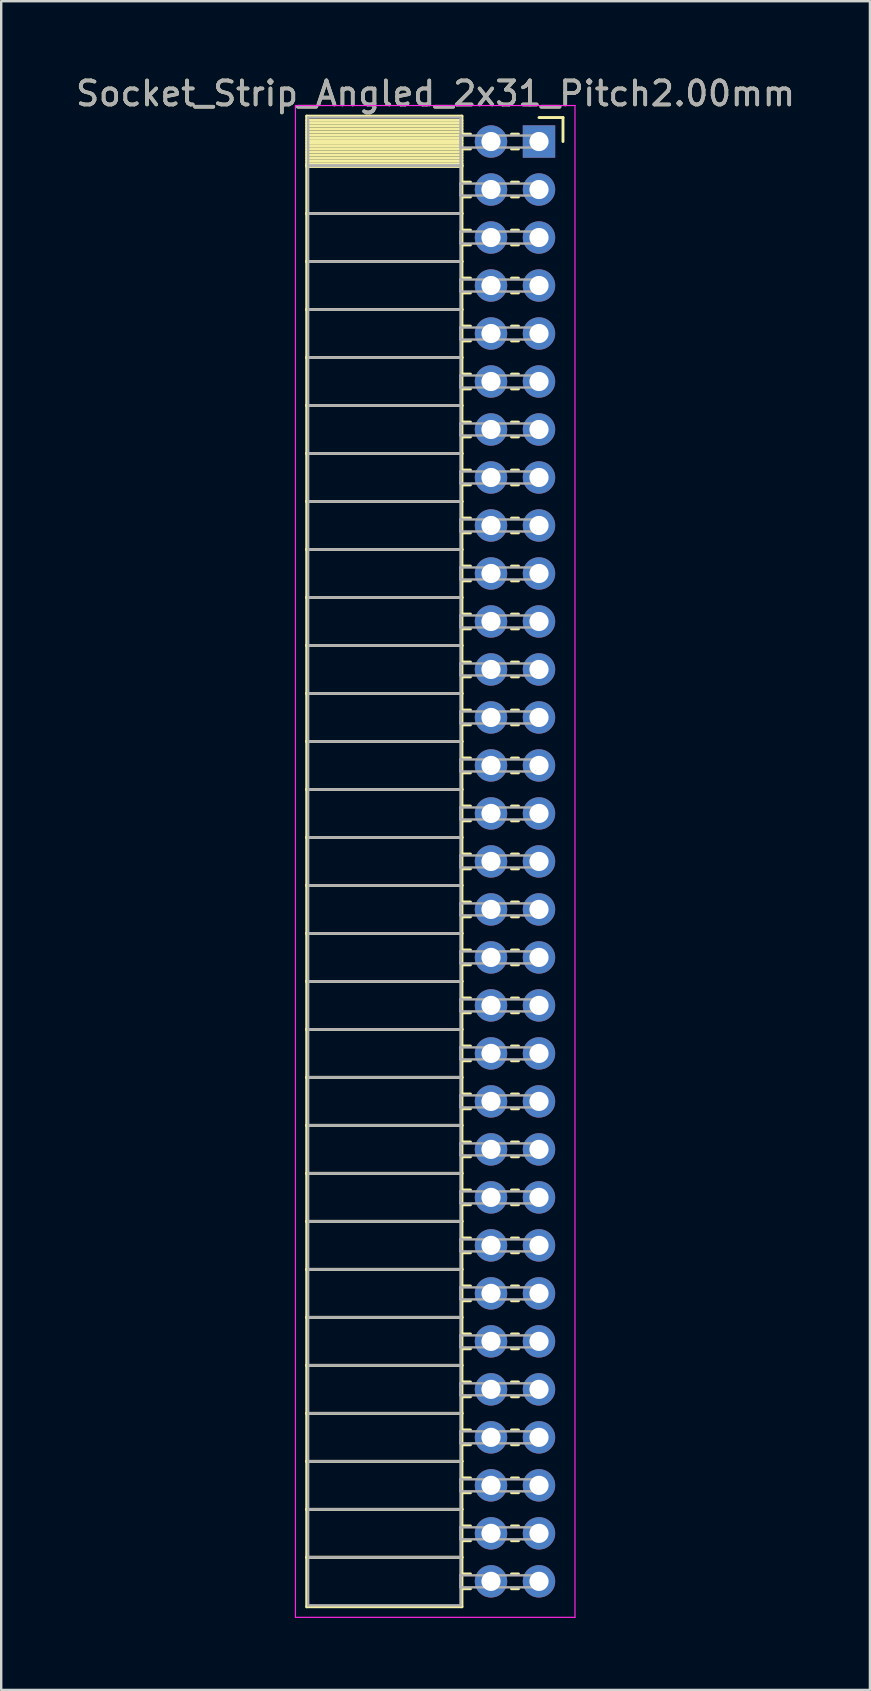
<source format=kicad_pcb>
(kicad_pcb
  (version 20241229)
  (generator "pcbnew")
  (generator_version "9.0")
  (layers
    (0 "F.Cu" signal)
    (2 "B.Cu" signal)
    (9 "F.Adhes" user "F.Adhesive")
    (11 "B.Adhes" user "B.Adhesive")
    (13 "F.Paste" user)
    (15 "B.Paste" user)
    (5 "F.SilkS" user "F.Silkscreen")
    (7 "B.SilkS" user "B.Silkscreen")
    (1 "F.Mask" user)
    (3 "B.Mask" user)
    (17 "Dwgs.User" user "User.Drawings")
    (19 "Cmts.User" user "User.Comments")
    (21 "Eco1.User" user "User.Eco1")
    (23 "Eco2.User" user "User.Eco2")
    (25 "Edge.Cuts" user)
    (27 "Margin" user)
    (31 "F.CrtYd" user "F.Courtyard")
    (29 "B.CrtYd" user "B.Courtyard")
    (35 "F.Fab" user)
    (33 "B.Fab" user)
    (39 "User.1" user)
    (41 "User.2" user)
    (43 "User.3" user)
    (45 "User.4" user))
  (footprint "Socket_Strip_Angled_2x31_Pitch2.00mm"
    (layer "F.Cu")
    (at 19.411 2.848)
    (property "Reference" "Socket_Strip_Angled_2x31_Pitch2.00mm" (at -4.31 -2 0) (layer "F.SilkS") (effects (font (size 1 1) (thickness 0.15))))
    (attr through_hole)
    (fp_line (start -9.68 -1.06) (end -3.21 -1.06) (stroke (width 0.12) (type solid)) (layer "F.SilkS"))
    (fp_line (start -9.68 1) (end -9.68 -1.06) (stroke (width 0.12) (type solid)) (layer "F.SilkS"))
    (fp_line (start -9.68 1) (end -3.21 1) (stroke (width 0.12) (type solid)) (layer "F.SilkS"))
    (fp_line (start -9.68 3) (end -9.68 1) (stroke (width 0.12) (type solid)) (layer "F.SilkS"))
    (fp_line (start -9.68 3) (end -3.21 3) (stroke (width 0.12) (type solid)) (layer "F.SilkS"))
    (fp_line (start -9.68 5) (end -9.68 3) (stroke (width 0.12) (type solid)) (layer "F.SilkS"))
    (fp_line (start -9.68 5) (end -3.21 5) (stroke (width 0.12) (type solid)) (layer "F.SilkS"))
    (fp_line (start -9.68 7) (end -9.68 5) (stroke (width 0.12) (type solid)) (layer "F.SilkS"))
    (fp_line (start -9.68 7) (end -3.21 7) (stroke (width 0.12) (type solid)) (layer "F.SilkS"))
    (fp_line (start -9.68 9) (end -9.68 7) (stroke (width 0.12) (type solid)) (layer "F.SilkS"))
    (fp_line (start -9.68 9) (end -3.21 9) (stroke (width 0.12) (type solid)) (layer "F.SilkS"))
    (fp_line (start -9.68 11) (end -9.68 9) (stroke (width 0.12) (type solid)) (layer "F.SilkS"))
    (fp_line (start -9.68 11) (end -3.21 11) (stroke (width 0.12) (type solid)) (layer "F.SilkS"))
    (fp_line (start -9.68 13) (end -9.68 11) (stroke (width 0.12) (type solid)) (layer "F.SilkS"))
    (fp_line (start -9.68 13) (end -3.21 13) (stroke (width 0.12) (type solid)) (layer "F.SilkS"))
    (fp_line (start -9.68 15) (end -9.68 13) (stroke (width 0.12) (type solid)) (layer "F.SilkS"))
    (fp_line (start -9.68 15) (end -3.21 15) (stroke (width 0.12) (type solid)) (layer "F.SilkS"))
    (fp_line (start -9.68 17) (end -9.68 15) (stroke (width 0.12) (type solid)) (layer "F.SilkS"))
    (fp_line (start -9.68 17) (end -3.21 17) (stroke (width 0.12) (type solid)) (layer "F.SilkS"))
    (fp_line (start -9.68 19) (end -9.68 17) (stroke (width 0.12) (type solid)) (layer "F.SilkS"))
    (fp_line (start -9.68 19) (end -3.21 19) (stroke (width 0.12) (type solid)) (layer "F.SilkS"))
    (fp_line (start -9.68 21) (end -9.68 19) (stroke (width 0.12) (type solid)) (layer "F.SilkS"))
    (fp_line (start -9.68 21) (end -3.21 21) (stroke (width 0.12) (type solid)) (layer "F.SilkS"))
    (fp_line (start -9.68 23) (end -9.68 21) (stroke (width 0.12) (type solid)) (layer "F.SilkS"))
    (fp_line (start -9.68 23) (end -3.21 23) (stroke (width 0.12) (type solid)) (layer "F.SilkS"))
    (fp_line (start -9.68 25) (end -9.68 23) (stroke (width 0.12) (type solid)) (layer "F.SilkS"))
    (fp_line (start -9.68 25) (end -3.21 25) (stroke (width 0.12) (type solid)) (layer "F.SilkS"))
    (fp_line (start -9.68 27) (end -9.68 25) (stroke (width 0.12) (type solid)) (layer "F.SilkS"))
    (fp_line (start -9.68 27) (end -3.21 27) (stroke (width 0.12) (type solid)) (layer "F.SilkS"))
    (fp_line (start -9.68 29) (end -9.68 27) (stroke (width 0.12) (type solid)) (layer "F.SilkS"))
    (fp_line (start -9.68 29) (end -3.21 29) (stroke (width 0.12) (type solid)) (layer "F.SilkS"))
    (fp_line (start -9.68 31) (end -9.68 29) (stroke (width 0.12) (type solid)) (layer "F.SilkS"))
    (fp_line (start -9.68 31) (end -3.21 31) (stroke (width 0.12) (type solid)) (layer "F.SilkS"))
    (fp_line (start -9.68 33) (end -9.68 31) (stroke (width 0.12) (type solid)) (layer "F.SilkS"))
    (fp_line (start -9.68 33) (end -3.21 33) (stroke (width 0.12) (type solid)) (layer "F.SilkS"))
    (fp_line (start -9.68 35) (end -9.68 33) (stroke (width 0.12) (type solid)) (layer "F.SilkS"))
    (fp_line (start -9.68 35) (end -3.21 35) (stroke (width 0.12) (type solid)) (layer "F.SilkS"))
    (fp_line (start -9.68 37) (end -9.68 35) (stroke (width 0.12) (type solid)) (layer "F.SilkS"))
    (fp_line (start -9.68 37) (end -3.21 37) (stroke (width 0.12) (type solid)) (layer "F.SilkS"))
    (fp_line (start -9.68 39) (end -9.68 37) (stroke (width 0.12) (type solid)) (layer "F.SilkS"))
    (fp_line (start -9.68 39) (end -3.21 39) (stroke (width 0.12) (type solid)) (layer "F.SilkS"))
    (fp_line (start -9.68 41) (end -9.68 39) (stroke (width 0.12) (type solid)) (layer "F.SilkS"))
    (fp_line (start -9.68 41) (end -3.21 41) (stroke (width 0.12) (type solid)) (layer "F.SilkS"))
    (fp_line (start -9.68 43) (end -9.68 41) (stroke (width 0.12) (type solid)) (layer "F.SilkS"))
    (fp_line (start -9.68 43) (end -3.21 43) (stroke (width 0.12) (type solid)) (layer "F.SilkS"))
    (fp_line (start -9.68 45) (end -9.68 43) (stroke (width 0.12) (type solid)) (layer "F.SilkS"))
    (fp_line (start -9.68 45) (end -3.21 45) (stroke (width 0.12) (type solid)) (layer "F.SilkS"))
    (fp_line (start -9.68 47) (end -9.68 45) (stroke (width 0.12) (type solid)) (layer "F.SilkS"))
    (fp_line (start -9.68 47) (end -3.21 47) (stroke (width 0.12) (type solid)) (layer "F.SilkS"))
    (fp_line (start -9.68 49) (end -9.68 47) (stroke (width 0.12) (type solid)) (layer "F.SilkS"))
    (fp_line (start -9.68 49) (end -3.21 49) (stroke (width 0.12) (type solid)) (layer "F.SilkS"))
    (fp_line (start -9.68 51) (end -9.68 49) (stroke (width 0.12) (type solid)) (layer "F.SilkS"))
    (fp_line (start -9.68 51) (end -3.21 51) (stroke (width 0.12) (type solid)) (layer "F.SilkS"))
    (fp_line (start -9.68 53) (end -9.68 51) (stroke (width 0.12) (type solid)) (layer "F.SilkS"))
    (fp_line (start -9.68 53) (end -3.21 53) (stroke (width 0.12) (type solid)) (layer "F.SilkS"))
    (fp_line (start -9.68 55) (end -9.68 53) (stroke (width 0.12) (type solid)) (layer "F.SilkS"))
    (fp_line (start -9.68 55) (end -3.21 55) (stroke (width 0.12) (type solid)) (layer "F.SilkS"))
    (fp_line (start -9.68 57) (end -9.68 55) (stroke (width 0.12) (type solid)) (layer "F.SilkS"))
    (fp_line (start -9.68 57) (end -3.21 57) (stroke (width 0.12) (type solid)) (layer "F.SilkS"))
    (fp_line (start -9.68 59) (end -9.68 57) (stroke (width 0.12) (type solid)) (layer "F.SilkS"))
    (fp_line (start -9.68 59) (end -3.21 59) (stroke (width 0.12) (type solid)) (layer "F.SilkS"))
    (fp_line (start -9.68 61.06) (end -9.68 59) (stroke (width 0.12) (type solid)) (layer "F.SilkS"))
    (fp_line (start -3.21 -1.06) (end -3.21 1) (stroke (width 0.12) (type solid)) (layer "F.SilkS"))
    (fp_line (start -3.21 -0.88) (end -9.68 -0.88) (stroke (width 0.12) (type solid)) (layer "F.SilkS"))
    (fp_line (start -3.21 -0.76) (end -9.68 -0.76) (stroke (width 0.12) (type solid)) (layer "F.SilkS"))
    (fp_line (start -3.21 -0.64) (end -9.68 -0.64) (stroke (width 0.12) (type solid)) (layer "F.SilkS"))
    (fp_line (start -3.21 -0.52) (end -9.68 -0.52) (stroke (width 0.12) (type solid)) (layer "F.SilkS"))
    (fp_line (start -3.21 -0.4) (end -9.68 -0.4) (stroke (width 0.12) (type solid)) (layer "F.SilkS"))
    (fp_line (start -3.21 -0.28) (end -9.68 -0.28) (stroke (width 0.12) (type solid)) (layer "F.SilkS"))
    (fp_line (start -3.21 -0.16) (end -9.68 -0.16) (stroke (width 0.12) (type solid)) (layer "F.SilkS"))
    (fp_line (start -3.21 -0.04) (end -9.68 -0.04) (stroke (width 0.12) (type solid)) (layer "F.SilkS"))
    (fp_line (start -3.21 0.08) (end -9.68 0.08) (stroke (width 0.12) (type solid)) (layer "F.SilkS"))
    (fp_line (start -3.21 0.2) (end -9.68 0.2) (stroke (width 0.12) (type solid)) (layer "F.SilkS"))
    (fp_line (start -3.21 0.32) (end -9.68 0.32) (stroke (width 0.12) (type solid)) (layer "F.SilkS"))
    (fp_line (start -3.21 0.44) (end -9.68 0.44) (stroke (width 0.12) (type solid)) (layer "F.SilkS"))
    (fp_line (start -3.21 0.56) (end -9.68 0.56) (stroke (width 0.12) (type solid)) (layer "F.SilkS"))
    (fp_line (start -3.21 0.68) (end -9.68 0.68) (stroke (width 0.12) (type solid)) (layer "F.SilkS"))
    (fp_line (start -3.21 0.8) (end -9.68 0.8) (stroke (width 0.12) (type solid)) (layer "F.SilkS"))
    (fp_line (start -3.21 0.92) (end -9.68 0.92) (stroke (width 0.12) (type solid)) (layer "F.SilkS"))
    (fp_line (start -3.21 1) (end -9.68 1) (stroke (width 0.12) (type solid)) (layer "F.SilkS"))
    (fp_line (start -3.21 1) (end -3.21 3) (stroke (width 0.12) (type solid)) (layer "F.SilkS"))
    (fp_line (start -3.21 1.04) (end -9.68 1.04) (stroke (width 0.12) (type solid)) (layer "F.SilkS"))
    (fp_line (start -3.21 3) (end -9.68 3) (stroke (width 0.12) (type solid)) (layer "F.SilkS"))
    (fp_line (start -3.21 3) (end -3.21 5) (stroke (width 0.12) (type solid)) (layer "F.SilkS"))
    (fp_line (start -3.21 5) (end -9.68 5) (stroke (width 0.12) (type solid)) (layer "F.SilkS"))
    (fp_line (start -3.21 5) (end -3.21 7) (stroke (width 0.12) (type solid)) (layer "F.SilkS"))
    (fp_line (start -3.21 7) (end -9.68 7) (stroke (width 0.12) (type solid)) (layer "F.SilkS"))
    (fp_line (start -3.21 7) (end -3.21 9) (stroke (width 0.12) (type solid)) (layer "F.SilkS"))
    (fp_line (start -3.21 9) (end -9.68 9) (stroke (width 0.12) (type solid)) (layer "F.SilkS"))
    (fp_line (start -3.21 9) (end -3.21 11) (stroke (width 0.12) (type solid)) (layer "F.SilkS"))
    (fp_line (start -3.21 11) (end -9.68 11) (stroke (width 0.12) (type solid)) (layer "F.SilkS"))
    (fp_line (start -3.21 11) (end -3.21 13) (stroke (width 0.12) (type solid)) (layer "F.SilkS"))
    (fp_line (start -3.21 13) (end -9.68 13) (stroke (width 0.12) (type solid)) (layer "F.SilkS"))
    (fp_line (start -3.21 13) (end -3.21 15) (stroke (width 0.12) (type solid)) (layer "F.SilkS"))
    (fp_line (start -3.21 15) (end -9.68 15) (stroke (width 0.12) (type solid)) (layer "F.SilkS"))
    (fp_line (start -3.21 15) (end -3.21 17) (stroke (width 0.12) (type solid)) (layer "F.SilkS"))
    (fp_line (start -3.21 17) (end -9.68 17) (stroke (width 0.12) (type solid)) (layer "F.SilkS"))
    (fp_line (start -3.21 17) (end -3.21 19) (stroke (width 0.12) (type solid)) (layer "F.SilkS"))
    (fp_line (start -3.21 19) (end -9.68 19) (stroke (width 0.12) (type solid)) (layer "F.SilkS"))
    (fp_line (start -3.21 19) (end -3.21 21) (stroke (width 0.12) (type solid)) (layer "F.SilkS"))
    (fp_line (start -3.21 21) (end -9.68 21) (stroke (width 0.12) (type solid)) (layer "F.SilkS"))
    (fp_line (start -3.21 21) (end -3.21 23) (stroke (width 0.12) (type solid)) (layer "F.SilkS"))
    (fp_line (start -3.21 23) (end -9.68 23) (stroke (width 0.12) (type solid)) (layer "F.SilkS"))
    (fp_line (start -3.21 23) (end -3.21 25) (stroke (width 0.12) (type solid)) (layer "F.SilkS"))
    (fp_line (start -3.21 25) (end -9.68 25) (stroke (width 0.12) (type solid)) (layer "F.SilkS"))
    (fp_line (start -3.21 25) (end -3.21 27) (stroke (width 0.12) (type solid)) (layer "F.SilkS"))
    (fp_line (start -3.21 27) (end -9.68 27) (stroke (width 0.12) (type solid)) (layer "F.SilkS"))
    (fp_line (start -3.21 27) (end -3.21 29) (stroke (width 0.12) (type solid)) (layer "F.SilkS"))
    (fp_line (start -3.21 29) (end -9.68 29) (stroke (width 0.12) (type solid)) (layer "F.SilkS"))
    (fp_line (start -3.21 29) (end -3.21 31) (stroke (width 0.12) (type solid)) (layer "F.SilkS"))
    (fp_line (start -3.21 31) (end -9.68 31) (stroke (width 0.12) (type solid)) (layer "F.SilkS"))
    (fp_line (start -3.21 31) (end -3.21 33) (stroke (width 0.12) (type solid)) (layer "F.SilkS"))
    (fp_line (start -3.21 33) (end -9.68 33) (stroke (width 0.12) (type solid)) (layer "F.SilkS"))
    (fp_line (start -3.21 33) (end -3.21 35) (stroke (width 0.12) (type solid)) (layer "F.SilkS"))
    (fp_line (start -3.21 35) (end -9.68 35) (stroke (width 0.12) (type solid)) (layer "F.SilkS"))
    (fp_line (start -3.21 35) (end -3.21 37) (stroke (width 0.12) (type solid)) (layer "F.SilkS"))
    (fp_line (start -3.21 37) (end -9.68 37) (stroke (width 0.12) (type solid)) (layer "F.SilkS"))
    (fp_line (start -3.21 37) (end -3.21 39) (stroke (width 0.12) (type solid)) (layer "F.SilkS"))
    (fp_line (start -3.21 39) (end -9.68 39) (stroke (width 0.12) (type solid)) (layer "F.SilkS"))
    (fp_line (start -3.21 39) (end -3.21 41) (stroke (width 0.12) (type solid)) (layer "F.SilkS"))
    (fp_line (start -3.21 41) (end -9.68 41) (stroke (width 0.12) (type solid)) (layer "F.SilkS"))
    (fp_line (start -3.21 41) (end -3.21 43) (stroke (width 0.12) (type solid)) (layer "F.SilkS"))
    (fp_line (start -3.21 43) (end -9.68 43) (stroke (width 0.12) (type solid)) (layer "F.SilkS"))
    (fp_line (start -3.21 43) (end -3.21 45) (stroke (width 0.12) (type solid)) (layer "F.SilkS"))
    (fp_line (start -3.21 45) (end -9.68 45) (stroke (width 0.12) (type solid)) (layer "F.SilkS"))
    (fp_line (start -3.21 45) (end -3.21 47) (stroke (width 0.12) (type solid)) (layer "F.SilkS"))
    (fp_line (start -3.21 47) (end -9.68 47) (stroke (width 0.12) (type solid)) (layer "F.SilkS"))
    (fp_line (start -3.21 47) (end -3.21 49) (stroke (width 0.12) (type solid)) (layer "F.SilkS"))
    (fp_line (start -3.21 49) (end -9.68 49) (stroke (width 0.12) (type solid)) (layer "F.SilkS"))
    (fp_line (start -3.21 49) (end -3.21 51) (stroke (width 0.12) (type solid)) (layer "F.SilkS"))
    (fp_line (start -3.21 51) (end -9.68 51) (stroke (width 0.12) (type solid)) (layer "F.SilkS"))
    (fp_line (start -3.21 51) (end -3.21 53) (stroke (width 0.12) (type solid)) (layer "F.SilkS"))
    (fp_line (start -3.21 53) (end -9.68 53) (stroke (width 0.12) (type solid)) (layer "F.SilkS"))
    (fp_line (start -3.21 53) (end -3.21 55) (stroke (width 0.12) (type solid)) (layer "F.SilkS"))
    (fp_line (start -3.21 55) (end -9.68 55) (stroke (width 0.12) (type solid)) (layer "F.SilkS"))
    (fp_line (start -3.21 55) (end -3.21 57) (stroke (width 0.12) (type solid)) (layer "F.SilkS"))
    (fp_line (start -3.21 57) (end -9.68 57) (stroke (width 0.12) (type solid)) (layer "F.SilkS"))
    (fp_line (start -3.21 57) (end -3.21 59) (stroke (width 0.12) (type solid)) (layer "F.SilkS"))
    (fp_line (start -3.21 59) (end -9.68 59) (stroke (width 0.12) (type solid)) (layer "F.SilkS"))
    (fp_line (start -3.21 59) (end -3.21 61.06) (stroke (width 0.12) (type solid)) (layer "F.SilkS"))
    (fp_line (start -3.21 61.06) (end -9.68 61.06) (stroke (width 0.12) (type solid)) (layer "F.SilkS"))
    (fp_line (start -2.855 -0.31) (end -3.21 -0.31) (stroke (width 0.12) (type solid)) (layer "F.SilkS"))
    (fp_line (start -2.855 0.31) (end -3.21 0.31) (stroke (width 0.12) (type solid)) (layer "F.SilkS"))
    (fp_line (start -2.855 1.69) (end -3.21 1.69) (stroke (width 0.12) (type solid)) (layer "F.SilkS"))
    (fp_line (start -2.855 2.31) (end -3.21 2.31) (stroke (width 0.12) (type solid)) (layer "F.SilkS"))
    (fp_line (start -2.855 3.69) (end -3.21 3.69) (stroke (width 0.12) (type solid)) (layer "F.SilkS"))
    (fp_line (start -2.855 4.31) (end -3.21 4.31) (stroke (width 0.12) (type solid)) (layer "F.SilkS"))
    (fp_line (start -2.855 5.69) (end -3.21 5.69) (stroke (width 0.12) (type solid)) (layer "F.SilkS"))
    (fp_line (start -2.855 6.31) (end -3.21 6.31) (stroke (width 0.12) (type solid)) (layer "F.SilkS"))
    (fp_line (start -2.855 7.69) (end -3.21 7.69) (stroke (width 0.12) (type solid)) (layer "F.SilkS"))
    (fp_line (start -2.855 8.31) (end -3.21 8.31) (stroke (width 0.12) (type solid)) (layer "F.SilkS"))
    (fp_line (start -2.855 9.69) (end -3.21 9.69) (stroke (width 0.12) (type solid)) (layer "F.SilkS"))
    (fp_line (start -2.855 10.31) (end -3.21 10.31) (stroke (width 0.12) (type solid)) (layer "F.SilkS"))
    (fp_line (start -2.855 11.69) (end -3.21 11.69) (stroke (width 0.12) (type solid)) (layer "F.SilkS"))
    (fp_line (start -2.855 12.31) (end -3.21 12.31) (stroke (width 0.12) (type solid)) (layer "F.SilkS"))
    (fp_line (start -2.855 13.69) (end -3.21 13.69) (stroke (width 0.12) (type solid)) (layer "F.SilkS"))
    (fp_line (start -2.855 14.31) (end -3.21 14.31) (stroke (width 0.12) (type solid)) (layer "F.SilkS"))
    (fp_line (start -2.855 15.69) (end -3.21 15.69) (stroke (width 0.12) (type solid)) (layer "F.SilkS"))
    (fp_line (start -2.855 16.31) (end -3.21 16.31) (stroke (width 0.12) (type solid)) (layer "F.SilkS"))
    (fp_line (start -2.855 17.69) (end -3.21 17.69) (stroke (width 0.12) (type solid)) (layer "F.SilkS"))
    (fp_line (start -2.855 18.31) (end -3.21 18.31) (stroke (width 0.12) (type solid)) (layer "F.SilkS"))
    (fp_line (start -2.855 19.69) (end -3.21 19.69) (stroke (width 0.12) (type solid)) (layer "F.SilkS"))
    (fp_line (start -2.855 20.31) (end -3.21 20.31) (stroke (width 0.12) (type solid)) (layer "F.SilkS"))
    (fp_line (start -2.855 21.69) (end -3.21 21.69) (stroke (width 0.12) (type solid)) (layer "F.SilkS"))
    (fp_line (start -2.855 22.31) (end -3.21 22.31) (stroke (width 0.12) (type solid)) (layer "F.SilkS"))
    (fp_line (start -2.855 23.69) (end -3.21 23.69) (stroke (width 0.12) (type solid)) (layer "F.SilkS"))
    (fp_line (start -2.855 24.31) (end -3.21 24.31) (stroke (width 0.12) (type solid)) (layer "F.SilkS"))
    (fp_line (start -2.855 25.69) (end -3.21 25.69) (stroke (width 0.12) (type solid)) (layer "F.SilkS"))
    (fp_line (start -2.855 26.31) (end -3.21 26.31) (stroke (width 0.12) (type solid)) (layer "F.SilkS"))
    (fp_line (start -2.855 27.69) (end -3.21 27.69) (stroke (width 0.12) (type solid)) (layer "F.SilkS"))
    (fp_line (start -2.855 28.31) (end -3.21 28.31) (stroke (width 0.12) (type solid)) (layer "F.SilkS"))
    (fp_line (start -2.855 29.69) (end -3.21 29.69) (stroke (width 0.12) (type solid)) (layer "F.SilkS"))
    (fp_line (start -2.855 30.31) (end -3.21 30.31) (stroke (width 0.12) (type solid)) (layer "F.SilkS"))
    (fp_line (start -2.855 31.69) (end -3.21 31.69) (stroke (width 0.12) (type solid)) (layer "F.SilkS"))
    (fp_line (start -2.855 32.31) (end -3.21 32.31) (stroke (width 0.12) (type solid)) (layer "F.SilkS"))
    (fp_line (start -2.855 33.69) (end -3.21 33.69) (stroke (width 0.12) (type solid)) (layer "F.SilkS"))
    (fp_line (start -2.855 34.31) (end -3.21 34.31) (stroke (width 0.12) (type solid)) (layer "F.SilkS"))
    (fp_line (start -2.855 35.69) (end -3.21 35.69) (stroke (width 0.12) (type solid)) (layer "F.SilkS"))
    (fp_line (start -2.855 36.31) (end -3.21 36.31) (stroke (width 0.12) (type solid)) (layer "F.SilkS"))
    (fp_line (start -2.855 37.69) (end -3.21 37.69) (stroke (width 0.12) (type solid)) (layer "F.SilkS"))
    (fp_line (start -2.855 38.31) (end -3.21 38.31) (stroke (width 0.12) (type solid)) (layer "F.SilkS"))
    (fp_line (start -2.855 39.69) (end -3.21 39.69) (stroke (width 0.12) (type solid)) (layer "F.SilkS"))
    (fp_line (start -2.855 40.31) (end -3.21 40.31) (stroke (width 0.12) (type solid)) (layer "F.SilkS"))
    (fp_line (start -2.855 41.69) (end -3.21 41.69) (stroke (width 0.12) (type solid)) (layer "F.SilkS"))
    (fp_line (start -2.855 42.31) (end -3.21 42.31) (stroke (width 0.12) (type solid)) (layer "F.SilkS"))
    (fp_line (start -2.855 43.69) (end -3.21 43.69) (stroke (width 0.12) (type solid)) (layer "F.SilkS"))
    (fp_line (start -2.855 44.31) (end -3.21 44.31) (stroke (width 0.12) (type solid)) (layer "F.SilkS"))
    (fp_line (start -2.855 45.69) (end -3.21 45.69) (stroke (width 0.12) (type solid)) (layer "F.SilkS"))
    (fp_line (start -2.855 46.31) (end -3.21 46.31) (stroke (width 0.12) (type solid)) (layer "F.SilkS"))
    (fp_line (start -2.855 47.69) (end -3.21 47.69) (stroke (width 0.12) (type solid)) (layer "F.SilkS"))
    (fp_line (start -2.855 48.31) (end -3.21 48.31) (stroke (width 0.12) (type solid)) (layer "F.SilkS"))
    (fp_line (start -2.855 49.69) (end -3.21 49.69) (stroke (width 0.12) (type solid)) (layer "F.SilkS"))
    (fp_line (start -2.855 50.31) (end -3.21 50.31) (stroke (width 0.12) (type solid)) (layer "F.SilkS"))
    (fp_line (start -2.855 51.69) (end -3.21 51.69) (stroke (width 0.12) (type solid)) (layer "F.SilkS"))
    (fp_line (start -2.855 52.31) (end -3.21 52.31) (stroke (width 0.12) (type solid)) (layer "F.SilkS"))
    (fp_line (start -2.855 53.69) (end -3.21 53.69) (stroke (width 0.12) (type solid)) (layer "F.SilkS"))
    (fp_line (start -2.855 54.31) (end -3.21 54.31) (stroke (width 0.12) (type solid)) (layer "F.SilkS"))
    (fp_line (start -2.855 55.69) (end -3.21 55.69) (stroke (width 0.12) (type solid)) (layer "F.SilkS"))
    (fp_line (start -2.855 56.31) (end -3.21 56.31) (stroke (width 0.12) (type solid)) (layer "F.SilkS"))
    (fp_line (start -2.855 57.69) (end -3.21 57.69) (stroke (width 0.12) (type solid)) (layer "F.SilkS"))
    (fp_line (start -2.855 58.31) (end -3.21 58.31) (stroke (width 0.12) (type solid)) (layer "F.SilkS"))
    (fp_line (start -2.855 59.69) (end -3.21 59.69) (stroke (width 0.12) (type solid)) (layer "F.SilkS"))
    (fp_line (start -2.855 60.31) (end -3.21 60.31) (stroke (width 0.12) (type solid)) (layer "F.SilkS"))
    (fp_line (start -0.855 -0.31) (end -1.145 -0.31) (stroke (width 0.12) (type solid)) (layer "F.SilkS"))
    (fp_line (start -0.855 0.31) (end -1.145 0.31) (stroke (width 0.12) (type solid)) (layer "F.SilkS"))
    (fp_line (start -0.855 1.69) (end -1.145 1.69) (stroke (width 0.12) (type solid)) (layer "F.SilkS"))
    (fp_line (start -0.855 2.31) (end -1.145 2.31) (stroke (width 0.12) (type solid)) (layer "F.SilkS"))
    (fp_line (start -0.855 3.69) (end -1.145 3.69) (stroke (width 0.12) (type solid)) (layer "F.SilkS"))
    (fp_line (start -0.855 4.31) (end -1.145 4.31) (stroke (width 0.12) (type solid)) (layer "F.SilkS"))
    (fp_line (start -0.855 5.69) (end -1.145 5.69) (stroke (width 0.12) (type solid)) (layer "F.SilkS"))
    (fp_line (start -0.855 6.31) (end -1.145 6.31) (stroke (width 0.12) (type solid)) (layer "F.SilkS"))
    (fp_line (start -0.855 7.69) (end -1.145 7.69) (stroke (width 0.12) (type solid)) (layer "F.SilkS"))
    (fp_line (start -0.855 8.31) (end -1.145 8.31) (stroke (width 0.12) (type solid)) (layer "F.SilkS"))
    (fp_line (start -0.855 9.69) (end -1.145 9.69) (stroke (width 0.12) (type solid)) (layer "F.SilkS"))
    (fp_line (start -0.855 10.31) (end -1.145 10.31) (stroke (width 0.12) (type solid)) (layer "F.SilkS"))
    (fp_line (start -0.855 11.69) (end -1.145 11.69) (stroke (width 0.12) (type solid)) (layer "F.SilkS"))
    (fp_line (start -0.855 12.31) (end -1.145 12.31) (stroke (width 0.12) (type solid)) (layer "F.SilkS"))
    (fp_line (start -0.855 13.69) (end -1.145 13.69) (stroke (width 0.12) (type solid)) (layer "F.SilkS"))
    (fp_line (start -0.855 14.31) (end -1.145 14.31) (stroke (width 0.12) (type solid)) (layer "F.SilkS"))
    (fp_line (start -0.855 15.69) (end -1.145 15.69) (stroke (width 0.12) (type solid)) (layer "F.SilkS"))
    (fp_line (start -0.855 16.31) (end -1.145 16.31) (stroke (width 0.12) (type solid)) (layer "F.SilkS"))
    (fp_line (start -0.855 17.69) (end -1.145 17.69) (stroke (width 0.12) (type solid)) (layer "F.SilkS"))
    (fp_line (start -0.855 18.31) (end -1.145 18.31) (stroke (width 0.12) (type solid)) (layer "F.SilkS"))
    (fp_line (start -0.855 19.69) (end -1.145 19.69) (stroke (width 0.12) (type solid)) (layer "F.SilkS"))
    (fp_line (start -0.855 20.31) (end -1.145 20.31) (stroke (width 0.12) (type solid)) (layer "F.SilkS"))
    (fp_line (start -0.855 21.69) (end -1.145 21.69) (stroke (width 0.12) (type solid)) (layer "F.SilkS"))
    (fp_line (start -0.855 22.31) (end -1.145 22.31) (stroke (width 0.12) (type solid)) (layer "F.SilkS"))
    (fp_line (start -0.855 23.69) (end -1.145 23.69) (stroke (width 0.12) (type solid)) (layer "F.SilkS"))
    (fp_line (start -0.855 24.31) (end -1.145 24.31) (stroke (width 0.12) (type solid)) (layer "F.SilkS"))
    (fp_line (start -0.855 25.69) (end -1.145 25.69) (stroke (width 0.12) (type solid)) (layer "F.SilkS"))
    (fp_line (start -0.855 26.31) (end -1.145 26.31) (stroke (width 0.12) (type solid)) (layer "F.SilkS"))
    (fp_line (start -0.855 27.69) (end -1.145 27.69) (stroke (width 0.12) (type solid)) (layer "F.SilkS"))
    (fp_line (start -0.855 28.31) (end -1.145 28.31) (stroke (width 0.12) (type solid)) (layer "F.SilkS"))
    (fp_line (start -0.855 29.69) (end -1.145 29.69) (stroke (width 0.12) (type solid)) (layer "F.SilkS"))
    (fp_line (start -0.855 30.31) (end -1.145 30.31) (stroke (width 0.12) (type solid)) (layer "F.SilkS"))
    (fp_line (start -0.855 31.69) (end -1.145 31.69) (stroke (width 0.12) (type solid)) (layer "F.SilkS"))
    (fp_line (start -0.855 32.31) (end -1.145 32.31) (stroke (width 0.12) (type solid)) (layer "F.SilkS"))
    (fp_line (start -0.855 33.69) (end -1.145 33.69) (stroke (width 0.12) (type solid)) (layer "F.SilkS"))
    (fp_line (start -0.855 34.31) (end -1.145 34.31) (stroke (width 0.12) (type solid)) (layer "F.SilkS"))
    (fp_line (start -0.855 35.69) (end -1.145 35.69) (stroke (width 0.12) (type solid)) (layer "F.SilkS"))
    (fp_line (start -0.855 36.31) (end -1.145 36.31) (stroke (width 0.12) (type solid)) (layer "F.SilkS"))
    (fp_line (start -0.855 37.69) (end -1.145 37.69) (stroke (width 0.12) (type solid)) (layer "F.SilkS"))
    (fp_line (start -0.855 38.31) (end -1.145 38.31) (stroke (width 0.12) (type solid)) (layer "F.SilkS"))
    (fp_line (start -0.855 39.69) (end -1.145 39.69) (stroke (width 0.12) (type solid)) (layer "F.SilkS"))
    (fp_line (start -0.855 40.31) (end -1.145 40.31) (stroke (width 0.12) (type solid)) (layer "F.SilkS"))
    (fp_line (start -0.855 41.69) (end -1.145 41.69) (stroke (width 0.12) (type solid)) (layer "F.SilkS"))
    (fp_line (start -0.855 42.31) (end -1.145 42.31) (stroke (width 0.12) (type solid)) (layer "F.SilkS"))
    (fp_line (start -0.855 43.69) (end -1.145 43.69) (stroke (width 0.12) (type solid)) (layer "F.SilkS"))
    (fp_line (start -0.855 44.31) (end -1.145 44.31) (stroke (width 0.12) (type solid)) (layer "F.SilkS"))
    (fp_line (start -0.855 45.69) (end -1.145 45.69) (stroke (width 0.12) (type solid)) (layer "F.SilkS"))
    (fp_line (start -0.855 46.31) (end -1.145 46.31) (stroke (width 0.12) (type solid)) (layer "F.SilkS"))
    (fp_line (start -0.855 47.69) (end -1.145 47.69) (stroke (width 0.12) (type solid)) (layer "F.SilkS"))
    (fp_line (start -0.855 48.31) (end -1.145 48.31) (stroke (width 0.12) (type solid)) (layer "F.SilkS"))
    (fp_line (start -0.855 49.69) (end -1.145 49.69) (stroke (width 0.12) (type solid)) (layer "F.SilkS"))
    (fp_line (start -0.855 50.31) (end -1.145 50.31) (stroke (width 0.12) (type solid)) (layer "F.SilkS"))
    (fp_line (start -0.855 51.69) (end -1.145 51.69) (stroke (width 0.12) (type solid)) (layer "F.SilkS"))
    (fp_line (start -0.855 52.31) (end -1.145 52.31) (stroke (width 0.12) (type solid)) (layer "F.SilkS"))
    (fp_line (start -0.855 53.69) (end -1.145 53.69) (stroke (width 0.12) (type solid)) (layer "F.SilkS"))
    (fp_line (start -0.855 54.31) (end -1.145 54.31) (stroke (width 0.12) (type solid)) (layer "F.SilkS"))
    (fp_line (start -0.855 55.69) (end -1.145 55.69) (stroke (width 0.12) (type solid)) (layer "F.SilkS"))
    (fp_line (start -0.855 56.31) (end -1.145 56.31) (stroke (width 0.12) (type solid)) (layer "F.SilkS"))
    (fp_line (start -0.855 57.69) (end -1.145 57.69) (stroke (width 0.12) (type solid)) (layer "F.SilkS"))
    (fp_line (start -0.855 58.31) (end -1.145 58.31) (stroke (width 0.12) (type solid)) (layer "F.SilkS"))
    (fp_line (start -0.855 59.69) (end -1.145 59.69) (stroke (width 0.12) (type solid)) (layer "F.SilkS"))
    (fp_line (start -0.855 60.31) (end -1.145 60.31) (stroke (width 0.12) (type solid)) (layer "F.SilkS"))
    (fp_line (start 0 -1) (end 1 -1) (stroke (width 0.12) (type solid)) (layer "F.SilkS"))
    (fp_line (start 1 -1) (end 1 0) (stroke (width 0.12) (type solid)) (layer "F.SilkS"))
    (fp_line (start -10.15 -1.5) (end 1.5 -1.5) (stroke (width 0.05) (type solid)) (layer "F.CrtYd"))
    (fp_line (start -10.15 61.5) (end -10.15 -1.5) (stroke (width 0.05) (type solid)) (layer "F.CrtYd"))
    (fp_line (start 1.5 -1.5) (end 1.5 61.5) (stroke (width 0.05) (type solid)) (layer "F.CrtYd"))
    (fp_line (start 1.5 61.5) (end -10.15 61.5) (stroke (width 0.05) (type solid)) (layer "F.CrtYd"))
    (fp_line (start -9.62 -1) (end -3.27 -1) (stroke (width 0.1) (type solid)) (layer "F.Fab"))
    (fp_line (start -9.62 1) (end -9.62 -1) (stroke (width 0.1) (type solid)) (layer "F.Fab"))
    (fp_line (start -9.62 1) (end -3.27 1) (stroke (width 0.1) (type solid)) (layer "F.Fab"))
    (fp_line (start -9.62 3) (end -9.62 1) (stroke (width 0.1) (type solid)) (layer "F.Fab"))
    (fp_line (start -9.62 3) (end -3.27 3) (stroke (width 0.1) (type solid)) (layer "F.Fab"))
    (fp_line (start -9.62 5) (end -9.62 3) (stroke (width 0.1) (type solid)) (layer "F.Fab"))
    (fp_line (start -9.62 5) (end -3.27 5) (stroke (width 0.1) (type solid)) (layer "F.Fab"))
    (fp_line (start -9.62 7) (end -9.62 5) (stroke (width 0.1) (type solid)) (layer "F.Fab"))
    (fp_line (start -9.62 7) (end -3.27 7) (stroke (width 0.1) (type solid)) (layer "F.Fab"))
    (fp_line (start -9.62 9) (end -9.62 7) (stroke (width 0.1) (type solid)) (layer "F.Fab"))
    (fp_line (start -9.62 9) (end -3.27 9) (stroke (width 0.1) (type solid)) (layer "F.Fab"))
    (fp_line (start -9.62 11) (end -9.62 9) (stroke (width 0.1) (type solid)) (layer "F.Fab"))
    (fp_line (start -9.62 11) (end -3.27 11) (stroke (width 0.1) (type solid)) (layer "F.Fab"))
    (fp_line (start -9.62 13) (end -9.62 11) (stroke (width 0.1) (type solid)) (layer "F.Fab"))
    (fp_line (start -9.62 13) (end -3.27 13) (stroke (width 0.1) (type solid)) (layer "F.Fab"))
    (fp_line (start -9.62 15) (end -9.62 13) (stroke (width 0.1) (type solid)) (layer "F.Fab"))
    (fp_line (start -9.62 15) (end -3.27 15) (stroke (width 0.1) (type solid)) (layer "F.Fab"))
    (fp_line (start -9.62 17) (end -9.62 15) (stroke (width 0.1) (type solid)) (layer "F.Fab"))
    (fp_line (start -9.62 17) (end -3.27 17) (stroke (width 0.1) (type solid)) (layer "F.Fab"))
    (fp_line (start -9.62 19) (end -9.62 17) (stroke (width 0.1) (type solid)) (layer "F.Fab"))
    (fp_line (start -9.62 19) (end -3.27 19) (stroke (width 0.1) (type solid)) (layer "F.Fab"))
    (fp_line (start -9.62 21) (end -9.62 19) (stroke (width 0.1) (type solid)) (layer "F.Fab"))
    (fp_line (start -9.62 21) (end -3.27 21) (stroke (width 0.1) (type solid)) (layer "F.Fab"))
    (fp_line (start -9.62 23) (end -9.62 21) (stroke (width 0.1) (type solid)) (layer "F.Fab"))
    (fp_line (start -9.62 23) (end -3.27 23) (stroke (width 0.1) (type solid)) (layer "F.Fab"))
    (fp_line (start -9.62 25) (end -9.62 23) (stroke (width 0.1) (type solid)) (layer "F.Fab"))
    (fp_line (start -9.62 25) (end -3.27 25) (stroke (width 0.1) (type solid)) (layer "F.Fab"))
    (fp_line (start -9.62 27) (end -9.62 25) (stroke (width 0.1) (type solid)) (layer "F.Fab"))
    (fp_line (start -9.62 27) (end -3.27 27) (stroke (width 0.1) (type solid)) (layer "F.Fab"))
    (fp_line (start -9.62 29) (end -9.62 27) (stroke (width 0.1) (type solid)) (layer "F.Fab"))
    (fp_line (start -9.62 29) (end -3.27 29) (stroke (width 0.1) (type solid)) (layer "F.Fab"))
    (fp_line (start -9.62 31) (end -9.62 29) (stroke (width 0.1) (type solid)) (layer "F.Fab"))
    (fp_line (start -9.62 31) (end -3.27 31) (stroke (width 0.1) (type solid)) (layer "F.Fab"))
    (fp_line (start -9.62 33) (end -9.62 31) (stroke (width 0.1) (type solid)) (layer "F.Fab"))
    (fp_line (start -9.62 33) (end -3.27 33) (stroke (width 0.1) (type solid)) (layer "F.Fab"))
    (fp_line (start -9.62 35) (end -9.62 33) (stroke (width 0.1) (type solid)) (layer "F.Fab"))
    (fp_line (start -9.62 35) (end -3.27 35) (stroke (width 0.1) (type solid)) (layer "F.Fab"))
    (fp_line (start -9.62 37) (end -9.62 35) (stroke (width 0.1) (type solid)) (layer "F.Fab"))
    (fp_line (start -9.62 37) (end -3.27 37) (stroke (width 0.1) (type solid)) (layer "F.Fab"))
    (fp_line (start -9.62 39) (end -9.62 37) (stroke (width 0.1) (type solid)) (layer "F.Fab"))
    (fp_line (start -9.62 39) (end -3.27 39) (stroke (width 0.1) (type solid)) (layer "F.Fab"))
    (fp_line (start -9.62 41) (end -9.62 39) (stroke (width 0.1) (type solid)) (layer "F.Fab"))
    (fp_line (start -9.62 41) (end -3.27 41) (stroke (width 0.1) (type solid)) (layer "F.Fab"))
    (fp_line (start -9.62 43) (end -9.62 41) (stroke (width 0.1) (type solid)) (layer "F.Fab"))
    (fp_line (start -9.62 43) (end -3.27 43) (stroke (width 0.1) (type solid)) (layer "F.Fab"))
    (fp_line (start -9.62 45) (end -9.62 43) (stroke (width 0.1) (type solid)) (layer "F.Fab"))
    (fp_line (start -9.62 45) (end -3.27 45) (stroke (width 0.1) (type solid)) (layer "F.Fab"))
    (fp_line (start -9.62 47) (end -9.62 45) (stroke (width 0.1) (type solid)) (layer "F.Fab"))
    (fp_line (start -9.62 47) (end -3.27 47) (stroke (width 0.1) (type solid)) (layer "F.Fab"))
    (fp_line (start -9.62 49) (end -9.62 47) (stroke (width 0.1) (type solid)) (layer "F.Fab"))
    (fp_line (start -9.62 49) (end -3.27 49) (stroke (width 0.1) (type solid)) (layer "F.Fab"))
    (fp_line (start -9.62 51) (end -9.62 49) (stroke (width 0.1) (type solid)) (layer "F.Fab"))
    (fp_line (start -9.62 51) (end -3.27 51) (stroke (width 0.1) (type solid)) (layer "F.Fab"))
    (fp_line (start -9.62 53) (end -9.62 51) (stroke (width 0.1) (type solid)) (layer "F.Fab"))
    (fp_line (start -9.62 53) (end -3.27 53) (stroke (width 0.1) (type solid)) (layer "F.Fab"))
    (fp_line (start -9.62 55) (end -9.62 53) (stroke (width 0.1) (type solid)) (layer "F.Fab"))
    (fp_line (start -9.62 55) (end -3.27 55) (stroke (width 0.1) (type solid)) (layer "F.Fab"))
    (fp_line (start -9.62 57) (end -9.62 55) (stroke (width 0.1) (type solid)) (layer "F.Fab"))
    (fp_line (start -9.62 57) (end -3.27 57) (stroke (width 0.1) (type solid)) (layer "F.Fab"))
    (fp_line (start -9.62 59) (end -9.62 57) (stroke (width 0.1) (type solid)) (layer "F.Fab"))
    (fp_line (start -9.62 59) (end -3.27 59) (stroke (width 0.1) (type solid)) (layer "F.Fab"))
    (fp_line (start -9.62 61) (end -9.62 59) (stroke (width 0.1) (type solid)) (layer "F.Fab"))
    (fp_line (start -3.27 -1) (end -3.27 1) (stroke (width 0.1) (type solid)) (layer "F.Fab"))
    (fp_line (start -3.27 -0.25) (end 0 -0.25) (stroke (width 0.1) (type solid)) (layer "F.Fab"))
    (fp_line (start -3.27 0.25) (end -3.27 -0.25) (stroke (width 0.1) (type solid)) (layer "F.Fab"))
    (fp_line (start -3.27 1) (end -9.62 1) (stroke (width 0.1) (type solid)) (layer "F.Fab"))
    (fp_line (start -3.27 1) (end -3.27 3) (stroke (width 0.1) (type solid)) (layer "F.Fab"))
    (fp_line (start -3.27 1.75) (end 0 1.75) (stroke (width 0.1) (type solid)) (layer "F.Fab"))
    (fp_line (start -3.27 2.25) (end -3.27 1.75) (stroke (width 0.1) (type solid)) (layer "F.Fab"))
    (fp_line (start -3.27 3) (end -9.62 3) (stroke (width 0.1) (type solid)) (layer "F.Fab"))
    (fp_line (start -3.27 3) (end -3.27 5) (stroke (width 0.1) (type solid)) (layer "F.Fab"))
    (fp_line (start -3.27 3.75) (end 0 3.75) (stroke (width 0.1) (type solid)) (layer "F.Fab"))
    (fp_line (start -3.27 4.25) (end -3.27 3.75) (stroke (width 0.1) (type solid)) (layer "F.Fab"))
    (fp_line (start -3.27 5) (end -9.62 5) (stroke (width 0.1) (type solid)) (layer "F.Fab"))
    (fp_line (start -3.27 5) (end -3.27 7) (stroke (width 0.1) (type solid)) (layer "F.Fab"))
    (fp_line (start -3.27 5.75) (end 0 5.75) (stroke (width 0.1) (type solid)) (layer "F.Fab"))
    (fp_line (start -3.27 6.25) (end -3.27 5.75) (stroke (width 0.1) (type solid)) (layer "F.Fab"))
    (fp_line (start -3.27 7) (end -9.62 7) (stroke (width 0.1) (type solid)) (layer "F.Fab"))
    (fp_line (start -3.27 7) (end -3.27 9) (stroke (width 0.1) (type solid)) (layer "F.Fab"))
    (fp_line (start -3.27 7.75) (end 0 7.75) (stroke (width 0.1) (type solid)) (layer "F.Fab"))
    (fp_line (start -3.27 8.25) (end -3.27 7.75) (stroke (width 0.1) (type solid)) (layer "F.Fab"))
    (fp_line (start -3.27 9) (end -9.62 9) (stroke (width 0.1) (type solid)) (layer "F.Fab"))
    (fp_line (start -3.27 9) (end -3.27 11) (stroke (width 0.1) (type solid)) (layer "F.Fab"))
    (fp_line (start -3.27 9.75) (end 0 9.75) (stroke (width 0.1) (type solid)) (layer "F.Fab"))
    (fp_line (start -3.27 10.25) (end -3.27 9.75) (stroke (width 0.1) (type solid)) (layer "F.Fab"))
    (fp_line (start -3.27 11) (end -9.62 11) (stroke (width 0.1) (type solid)) (layer "F.Fab"))
    (fp_line (start -3.27 11) (end -3.27 13) (stroke (width 0.1) (type solid)) (layer "F.Fab"))
    (fp_line (start -3.27 11.75) (end 0 11.75) (stroke (width 0.1) (type solid)) (layer "F.Fab"))
    (fp_line (start -3.27 12.25) (end -3.27 11.75) (stroke (width 0.1) (type solid)) (layer "F.Fab"))
    (fp_line (start -3.27 13) (end -9.62 13) (stroke (width 0.1) (type solid)) (layer "F.Fab"))
    (fp_line (start -3.27 13) (end -3.27 15) (stroke (width 0.1) (type solid)) (layer "F.Fab"))
    (fp_line (start -3.27 13.75) (end 0 13.75) (stroke (width 0.1) (type solid)) (layer "F.Fab"))
    (fp_line (start -3.27 14.25) (end -3.27 13.75) (stroke (width 0.1) (type solid)) (layer "F.Fab"))
    (fp_line (start -3.27 15) (end -9.62 15) (stroke (width 0.1) (type solid)) (layer "F.Fab"))
    (fp_line (start -3.27 15) (end -3.27 17) (stroke (width 0.1) (type solid)) (layer "F.Fab"))
    (fp_line (start -3.27 15.75) (end 0 15.75) (stroke (width 0.1) (type solid)) (layer "F.Fab"))
    (fp_line (start -3.27 16.25) (end -3.27 15.75) (stroke (width 0.1) (type solid)) (layer "F.Fab"))
    (fp_line (start -3.27 17) (end -9.62 17) (stroke (width 0.1) (type solid)) (layer "F.Fab"))
    (fp_line (start -3.27 17) (end -3.27 19) (stroke (width 0.1) (type solid)) (layer "F.Fab"))
    (fp_line (start -3.27 17.75) (end 0 17.75) (stroke (width 0.1) (type solid)) (layer "F.Fab"))
    (fp_line (start -3.27 18.25) (end -3.27 17.75) (stroke (width 0.1) (type solid)) (layer "F.Fab"))
    (fp_line (start -3.27 19) (end -9.62 19) (stroke (width 0.1) (type solid)) (layer "F.Fab"))
    (fp_line (start -3.27 19) (end -3.27 21) (stroke (width 0.1) (type solid)) (layer "F.Fab"))
    (fp_line (start -3.27 19.75) (end 0 19.75) (stroke (width 0.1) (type solid)) (layer "F.Fab"))
    (fp_line (start -3.27 20.25) (end -3.27 19.75) (stroke (width 0.1) (type solid)) (layer "F.Fab"))
    (fp_line (start -3.27 21) (end -9.62 21) (stroke (width 0.1) (type solid)) (layer "F.Fab"))
    (fp_line (start -3.27 21) (end -3.27 23) (stroke (width 0.1) (type solid)) (layer "F.Fab"))
    (fp_line (start -3.27 21.75) (end 0 21.75) (stroke (width 0.1) (type solid)) (layer "F.Fab"))
    (fp_line (start -3.27 22.25) (end -3.27 21.75) (stroke (width 0.1) (type solid)) (layer "F.Fab"))
    (fp_line (start -3.27 23) (end -9.62 23) (stroke (width 0.1) (type solid)) (layer "F.Fab"))
    (fp_line (start -3.27 23) (end -3.27 25) (stroke (width 0.1) (type solid)) (layer "F.Fab"))
    (fp_line (start -3.27 23.75) (end 0 23.75) (stroke (width 0.1) (type solid)) (layer "F.Fab"))
    (fp_line (start -3.27 24.25) (end -3.27 23.75) (stroke (width 0.1) (type solid)) (layer "F.Fab"))
    (fp_line (start -3.27 25) (end -9.62 25) (stroke (width 0.1) (type solid)) (layer "F.Fab"))
    (fp_line (start -3.27 25) (end -3.27 27) (stroke (width 0.1) (type solid)) (layer "F.Fab"))
    (fp_line (start -3.27 25.75) (end 0 25.75) (stroke (width 0.1) (type solid)) (layer "F.Fab"))
    (fp_line (start -3.27 26.25) (end -3.27 25.75) (stroke (width 0.1) (type solid)) (layer "F.Fab"))
    (fp_line (start -3.27 27) (end -9.62 27) (stroke (width 0.1) (type solid)) (layer "F.Fab"))
    (fp_line (start -3.27 27) (end -3.27 29) (stroke (width 0.1) (type solid)) (layer "F.Fab"))
    (fp_line (start -3.27 27.75) (end 0 27.75) (stroke (width 0.1) (type solid)) (layer "F.Fab"))
    (fp_line (start -3.27 28.25) (end -3.27 27.75) (stroke (width 0.1) (type solid)) (layer "F.Fab"))
    (fp_line (start -3.27 29) (end -9.62 29) (stroke (width 0.1) (type solid)) (layer "F.Fab"))
    (fp_line (start -3.27 29) (end -3.27 31) (stroke (width 0.1) (type solid)) (layer "F.Fab"))
    (fp_line (start -3.27 29.75) (end 0 29.75) (stroke (width 0.1) (type solid)) (layer "F.Fab"))
    (fp_line (start -3.27 30.25) (end -3.27 29.75) (stroke (width 0.1) (type solid)) (layer "F.Fab"))
    (fp_line (start -3.27 31) (end -9.62 31) (stroke (width 0.1) (type solid)) (layer "F.Fab"))
    (fp_line (start -3.27 31) (end -3.27 33) (stroke (width 0.1) (type solid)) (layer "F.Fab"))
    (fp_line (start -3.27 31.75) (end 0 31.75) (stroke (width 0.1) (type solid)) (layer "F.Fab"))
    (fp_line (start -3.27 32.25) (end -3.27 31.75) (stroke (width 0.1) (type solid)) (layer "F.Fab"))
    (fp_line (start -3.27 33) (end -9.62 33) (stroke (width 0.1) (type solid)) (layer "F.Fab"))
    (fp_line (start -3.27 33) (end -3.27 35) (stroke (width 0.1) (type solid)) (layer "F.Fab"))
    (fp_line (start -3.27 33.75) (end 0 33.75) (stroke (width 0.1) (type solid)) (layer "F.Fab"))
    (fp_line (start -3.27 34.25) (end -3.27 33.75) (stroke (width 0.1) (type solid)) (layer "F.Fab"))
    (fp_line (start -3.27 35) (end -9.62 35) (stroke (width 0.1) (type solid)) (layer "F.Fab"))
    (fp_line (start -3.27 35) (end -3.27 37) (stroke (width 0.1) (type solid)) (layer "F.Fab"))
    (fp_line (start -3.27 35.75) (end 0 35.75) (stroke (width 0.1) (type solid)) (layer "F.Fab"))
    (fp_line (start -3.27 36.25) (end -3.27 35.75) (stroke (width 0.1) (type solid)) (layer "F.Fab"))
    (fp_line (start -3.27 37) (end -9.62 37) (stroke (width 0.1) (type solid)) (layer "F.Fab"))
    (fp_line (start -3.27 37) (end -3.27 39) (stroke (width 0.1) (type solid)) (layer "F.Fab"))
    (fp_line (start -3.27 37.75) (end 0 37.75) (stroke (width 0.1) (type solid)) (layer "F.Fab"))
    (fp_line (start -3.27 38.25) (end -3.27 37.75) (stroke (width 0.1) (type solid)) (layer "F.Fab"))
    (fp_line (start -3.27 39) (end -9.62 39) (stroke (width 0.1) (type solid)) (layer "F.Fab"))
    (fp_line (start -3.27 39) (end -3.27 41) (stroke (width 0.1) (type solid)) (layer "F.Fab"))
    (fp_line (start -3.27 39.75) (end 0 39.75) (stroke (width 0.1) (type solid)) (layer "F.Fab"))
    (fp_line (start -3.27 40.25) (end -3.27 39.75) (stroke (width 0.1) (type solid)) (layer "F.Fab"))
    (fp_line (start -3.27 41) (end -9.62 41) (stroke (width 0.1) (type solid)) (layer "F.Fab"))
    (fp_line (start -3.27 41) (end -3.27 43) (stroke (width 0.1) (type solid)) (layer "F.Fab"))
    (fp_line (start -3.27 41.75) (end 0 41.75) (stroke (width 0.1) (type solid)) (layer "F.Fab"))
    (fp_line (start -3.27 42.25) (end -3.27 41.75) (stroke (width 0.1) (type solid)) (layer "F.Fab"))
    (fp_line (start -3.27 43) (end -9.62 43) (stroke (width 0.1) (type solid)) (layer "F.Fab"))
    (fp_line (start -3.27 43) (end -3.27 45) (stroke (width 0.1) (type solid)) (layer "F.Fab"))
    (fp_line (start -3.27 43.75) (end 0 43.75) (stroke (width 0.1) (type solid)) (layer "F.Fab"))
    (fp_line (start -3.27 44.25) (end -3.27 43.75) (stroke (width 0.1) (type solid)) (layer "F.Fab"))
    (fp_line (start -3.27 45) (end -9.62 45) (stroke (width 0.1) (type solid)) (layer "F.Fab"))
    (fp_line (start -3.27 45) (end -3.27 47) (stroke (width 0.1) (type solid)) (layer "F.Fab"))
    (fp_line (start -3.27 45.75) (end 0 45.75) (stroke (width 0.1) (type solid)) (layer "F.Fab"))
    (fp_line (start -3.27 46.25) (end -3.27 45.75) (stroke (width 0.1) (type solid)) (layer "F.Fab"))
    (fp_line (start -3.27 47) (end -9.62 47) (stroke (width 0.1) (type solid)) (layer "F.Fab"))
    (fp_line (start -3.27 47) (end -3.27 49) (stroke (width 0.1) (type solid)) (layer "F.Fab"))
    (fp_line (start -3.27 47.75) (end 0 47.75) (stroke (width 0.1) (type solid)) (layer "F.Fab"))
    (fp_line (start -3.27 48.25) (end -3.27 47.75) (stroke (width 0.1) (type solid)) (layer "F.Fab"))
    (fp_line (start -3.27 49) (end -9.62 49) (stroke (width 0.1) (type solid)) (layer "F.Fab"))
    (fp_line (start -3.27 49) (end -3.27 51) (stroke (width 0.1) (type solid)) (layer "F.Fab"))
    (fp_line (start -3.27 49.75) (end 0 49.75) (stroke (width 0.1) (type solid)) (layer "F.Fab"))
    (fp_line (start -3.27 50.25) (end -3.27 49.75) (stroke (width 0.1) (type solid)) (layer "F.Fab"))
    (fp_line (start -3.27 51) (end -9.62 51) (stroke (width 0.1) (type solid)) (layer "F.Fab"))
    (fp_line (start -3.27 51) (end -3.27 53) (stroke (width 0.1) (type solid)) (layer "F.Fab"))
    (fp_line (start -3.27 51.75) (end 0 51.75) (stroke (width 0.1) (type solid)) (layer "F.Fab"))
    (fp_line (start -3.27 52.25) (end -3.27 51.75) (stroke (width 0.1) (type solid)) (layer "F.Fab"))
    (fp_line (start -3.27 53) (end -9.62 53) (stroke (width 0.1) (type solid)) (layer "F.Fab"))
    (fp_line (start -3.27 53) (end -3.27 55) (stroke (width 0.1) (type solid)) (layer "F.Fab"))
    (fp_line (start -3.27 53.75) (end 0 53.75) (stroke (width 0.1) (type solid)) (layer "F.Fab"))
    (fp_line (start -3.27 54.25) (end -3.27 53.75) (stroke (width 0.1) (type solid)) (layer "F.Fab"))
    (fp_line (start -3.27 55) (end -9.62 55) (stroke (width 0.1) (type solid)) (layer "F.Fab"))
    (fp_line (start -3.27 55) (end -3.27 57) (stroke (width 0.1) (type solid)) (layer "F.Fab"))
    (fp_line (start -3.27 55.75) (end 0 55.75) (stroke (width 0.1) (type solid)) (layer "F.Fab"))
    (fp_line (start -3.27 56.25) (end -3.27 55.75) (stroke (width 0.1) (type solid)) (layer "F.Fab"))
    (fp_line (start -3.27 57) (end -9.62 57) (stroke (width 0.1) (type solid)) (layer "F.Fab"))
    (fp_line (start -3.27 57) (end -3.27 59) (stroke (width 0.1) (type solid)) (layer "F.Fab"))
    (fp_line (start -3.27 57.75) (end 0 57.75) (stroke (width 0.1) (type solid)) (layer "F.Fab"))
    (fp_line (start -3.27 58.25) (end -3.27 57.75) (stroke (width 0.1) (type solid)) (layer "F.Fab"))
    (fp_line (start -3.27 59) (end -9.62 59) (stroke (width 0.1) (type solid)) (layer "F.Fab"))
    (fp_line (start -3.27 59) (end -3.27 61) (stroke (width 0.1) (type solid)) (layer "F.Fab"))
    (fp_line (start -3.27 59.75) (end 0 59.75) (stroke (width 0.1) (type solid)) (layer "F.Fab"))
    (fp_line (start -3.27 60.25) (end -3.27 59.75) (stroke (width 0.1) (type solid)) (layer "F.Fab"))
    (fp_line (start -3.27 61) (end -9.62 61) (stroke (width 0.1) (type solid)) (layer "F.Fab"))
    (fp_line (start 0 -0.25) (end 0 0.25) (stroke (width 0.1) (type solid)) (layer "F.Fab"))
    (fp_line (start 0 0.25) (end -3.27 0.25) (stroke (width 0.1) (type solid)) (layer "F.Fab"))
    (fp_line (start 0 1.75) (end 0 2.25) (stroke (width 0.1) (type solid)) (layer "F.Fab"))
    (fp_line (start 0 2.25) (end -3.27 2.25) (stroke (width 0.1) (type solid)) (layer "F.Fab"))
    (fp_line (start 0 3.75) (end 0 4.25) (stroke (width 0.1) (type solid)) (layer "F.Fab"))
    (fp_line (start 0 4.25) (end -3.27 4.25) (stroke (width 0.1) (type solid)) (layer "F.Fab"))
    (fp_line (start 0 5.75) (end 0 6.25) (stroke (width 0.1) (type solid)) (layer "F.Fab"))
    (fp_line (start 0 6.25) (end -3.27 6.25) (stroke (width 0.1) (type solid)) (layer "F.Fab"))
    (fp_line (start 0 7.75) (end 0 8.25) (stroke (width 0.1) (type solid)) (layer "F.Fab"))
    (fp_line (start 0 8.25) (end -3.27 8.25) (stroke (width 0.1) (type solid)) (layer "F.Fab"))
    (fp_line (start 0 9.75) (end 0 10.25) (stroke (width 0.1) (type solid)) (layer "F.Fab"))
    (fp_line (start 0 10.25) (end -3.27 10.25) (stroke (width 0.1) (type solid)) (layer "F.Fab"))
    (fp_line (start 0 11.75) (end 0 12.25) (stroke (width 0.1) (type solid)) (layer "F.Fab"))
    (fp_line (start 0 12.25) (end -3.27 12.25) (stroke (width 0.1) (type solid)) (layer "F.Fab"))
    (fp_line (start 0 13.75) (end 0 14.25) (stroke (width 0.1) (type solid)) (layer "F.Fab"))
    (fp_line (start 0 14.25) (end -3.27 14.25) (stroke (width 0.1) (type solid)) (layer "F.Fab"))
    (fp_line (start 0 15.75) (end 0 16.25) (stroke (width 0.1) (type solid)) (layer "F.Fab"))
    (fp_line (start 0 16.25) (end -3.27 16.25) (stroke (width 0.1) (type solid)) (layer "F.Fab"))
    (fp_line (start 0 17.75) (end 0 18.25) (stroke (width 0.1) (type solid)) (layer "F.Fab"))
    (fp_line (start 0 18.25) (end -3.27 18.25) (stroke (width 0.1) (type solid)) (layer "F.Fab"))
    (fp_line (start 0 19.75) (end 0 20.25) (stroke (width 0.1) (type solid)) (layer "F.Fab"))
    (fp_line (start 0 20.25) (end -3.27 20.25) (stroke (width 0.1) (type solid)) (layer "F.Fab"))
    (fp_line (start 0 21.75) (end 0 22.25) (stroke (width 0.1) (type solid)) (layer "F.Fab"))
    (fp_line (start 0 22.25) (end -3.27 22.25) (stroke (width 0.1) (type solid)) (layer "F.Fab"))
    (fp_line (start 0 23.75) (end 0 24.25) (stroke (width 0.1) (type solid)) (layer "F.Fab"))
    (fp_line (start 0 24.25) (end -3.27 24.25) (stroke (width 0.1) (type solid)) (layer "F.Fab"))
    (fp_line (start 0 25.75) (end 0 26.25) (stroke (width 0.1) (type solid)) (layer "F.Fab"))
    (fp_line (start 0 26.25) (end -3.27 26.25) (stroke (width 0.1) (type solid)) (layer "F.Fab"))
    (fp_line (start 0 27.75) (end 0 28.25) (stroke (width 0.1) (type solid)) (layer "F.Fab"))
    (fp_line (start 0 28.25) (end -3.27 28.25) (stroke (width 0.1) (type solid)) (layer "F.Fab"))
    (fp_line (start 0 29.75) (end 0 30.25) (stroke (width 0.1) (type solid)) (layer "F.Fab"))
    (fp_line (start 0 30.25) (end -3.27 30.25) (stroke (width 0.1) (type solid)) (layer "F.Fab"))
    (fp_line (start 0 31.75) (end 0 32.25) (stroke (width 0.1) (type solid)) (layer "F.Fab"))
    (fp_line (start 0 32.25) (end -3.27 32.25) (stroke (width 0.1) (type solid)) (layer "F.Fab"))
    (fp_line (start 0 33.75) (end 0 34.25) (stroke (width 0.1) (type solid)) (layer "F.Fab"))
    (fp_line (start 0 34.25) (end -3.27 34.25) (stroke (width 0.1) (type solid)) (layer "F.Fab"))
    (fp_line (start 0 35.75) (end 0 36.25) (stroke (width 0.1) (type solid)) (layer "F.Fab"))
    (fp_line (start 0 36.25) (end -3.27 36.25) (stroke (width 0.1) (type solid)) (layer "F.Fab"))
    (fp_line (start 0 37.75) (end 0 38.25) (stroke (width 0.1) (type solid)) (layer "F.Fab"))
    (fp_line (start 0 38.25) (end -3.27 38.25) (stroke (width 0.1) (type solid)) (layer "F.Fab"))
    (fp_line (start 0 39.75) (end 0 40.25) (stroke (width 0.1) (type solid)) (layer "F.Fab"))
    (fp_line (start 0 40.25) (end -3.27 40.25) (stroke (width 0.1) (type solid)) (layer "F.Fab"))
    (fp_line (start 0 41.75) (end 0 42.25) (stroke (width 0.1) (type solid)) (layer "F.Fab"))
    (fp_line (start 0 42.25) (end -3.27 42.25) (stroke (width 0.1) (type solid)) (layer "F.Fab"))
    (fp_line (start 0 43.75) (end 0 44.25) (stroke (width 0.1) (type solid)) (layer "F.Fab"))
    (fp_line (start 0 44.25) (end -3.27 44.25) (stroke (width 0.1) (type solid)) (layer "F.Fab"))
    (fp_line (start 0 45.75) (end 0 46.25) (stroke (width 0.1) (type solid)) (layer "F.Fab"))
    (fp_line (start 0 46.25) (end -3.27 46.25) (stroke (width 0.1) (type solid)) (layer "F.Fab"))
    (fp_line (start 0 47.75) (end 0 48.25) (stroke (width 0.1) (type solid)) (layer "F.Fab"))
    (fp_line (start 0 48.25) (end -3.27 48.25) (stroke (width 0.1) (type solid)) (layer "F.Fab"))
    (fp_line (start 0 49.75) (end 0 50.25) (stroke (width 0.1) (type solid)) (layer "F.Fab"))
    (fp_line (start 0 50.25) (end -3.27 50.25) (stroke (width 0.1) (type solid)) (layer "F.Fab"))
    (fp_line (start 0 51.75) (end 0 52.25) (stroke (width 0.1) (type solid)) (layer "F.Fab"))
    (fp_line (start 0 52.25) (end -3.27 52.25) (stroke (width 0.1) (type solid)) (layer "F.Fab"))
    (fp_line (start 0 53.75) (end 0 54.25) (stroke (width 0.1) (type solid)) (layer "F.Fab"))
    (fp_line (start 0 54.25) (end -3.27 54.25) (stroke (width 0.1) (type solid)) (layer "F.Fab"))
    (fp_line (start 0 55.75) (end 0 56.25) (stroke (width 0.1) (type solid)) (layer "F.Fab"))
    (fp_line (start 0 56.25) (end -3.27 56.25) (stroke (width 0.1) (type solid)) (layer "F.Fab"))
    (fp_line (start 0 57.75) (end 0 58.25) (stroke (width 0.1) (type solid)) (layer "F.Fab"))
    (fp_line (start 0 58.25) (end -3.27 58.25) (stroke (width 0.1) (type solid)) (layer "F.Fab"))
    (fp_line (start 0 59.75) (end 0 60.25) (stroke (width 0.1) (type solid)) (layer "F.Fab"))
    (fp_line (start 0 60.25) (end -3.27 60.25) (stroke (width 0.1) (type solid)) (layer "F.Fab"))
    (fp_text user "${REFERENCE}" (at -4.31 -2 0) (layer "F.Fab") (effects (font (size 1 1) (thickness 0.15))))
    (pad "1" thru_hole rect (at 0 0) (size 1.35 1.35) (drill 0.8) (layers "*.Cu" "*.Mask"))
    (pad "2" thru_hole oval (at -2 0) (size 1.35 1.35) (drill 0.8) (layers "*.Cu" "*.Mask"))
    (pad "3" thru_hole oval (at 0 2) (size 1.35 1.35) (drill 0.8) (layers "*.Cu" "*.Mask"))
    (pad "4" thru_hole oval (at -2 2) (size 1.35 1.35) (drill 0.8) (layers "*.Cu" "*.Mask"))
    (pad "5" thru_hole oval (at 0 4) (size 1.35 1.35) (drill 0.8) (layers "*.Cu" "*.Mask"))
    (pad "6" thru_hole oval (at -2 4) (size 1.35 1.35) (drill 0.8) (layers "*.Cu" "*.Mask"))
    (pad "7" thru_hole oval (at 0 6) (size 1.35 1.35) (drill 0.8) (layers "*.Cu" "*.Mask"))
    (pad "8" thru_hole oval (at -2 6) (size 1.35 1.35) (drill 0.8) (layers "*.Cu" "*.Mask"))
    (pad "9" thru_hole oval (at 0 8) (size 1.35 1.35) (drill 0.8) (layers "*.Cu" "*.Mask"))
    (pad "10" thru_hole oval (at -2 8) (size 1.35 1.35) (drill 0.8) (layers "*.Cu" "*.Mask"))
    (pad "11" thru_hole oval (at 0 10) (size 1.35 1.35) (drill 0.8) (layers "*.Cu" "*.Mask"))
    (pad "12" thru_hole oval (at -2 10) (size 1.35 1.35) (drill 0.8) (layers "*.Cu" "*.Mask"))
    (pad "13" thru_hole oval (at 0 12) (size 1.35 1.35) (drill 0.8) (layers "*.Cu" "*.Mask"))
    (pad "14" thru_hole oval (at -2 12) (size 1.35 1.35) (drill 0.8) (layers "*.Cu" "*.Mask"))
    (pad "15" thru_hole oval (at 0 14) (size 1.35 1.35) (drill 0.8) (layers "*.Cu" "*.Mask"))
    (pad "16" thru_hole oval (at -2 14) (size 1.35 1.35) (drill 0.8) (layers "*.Cu" "*.Mask"))
    (pad "17" thru_hole oval (at 0 16) (size 1.35 1.35) (drill 0.8) (layers "*.Cu" "*.Mask"))
    (pad "18" thru_hole oval (at -2 16) (size 1.35 1.35) (drill 0.8) (layers "*.Cu" "*.Mask"))
    (pad "19" thru_hole oval (at 0 18) (size 1.35 1.35) (drill 0.8) (layers "*.Cu" "*.Mask"))
    (pad "20" thru_hole oval (at -2 18) (size 1.35 1.35) (drill 0.8) (layers "*.Cu" "*.Mask"))
    (pad "21" thru_hole oval (at 0 20) (size 1.35 1.35) (drill 0.8) (layers "*.Cu" "*.Mask"))
    (pad "22" thru_hole oval (at -2 20) (size 1.35 1.35) (drill 0.8) (layers "*.Cu" "*.Mask"))
    (pad "23" thru_hole oval (at 0 22) (size 1.35 1.35) (drill 0.8) (layers "*.Cu" "*.Mask"))
    (pad "24" thru_hole oval (at -2 22) (size 1.35 1.35) (drill 0.8) (layers "*.Cu" "*.Mask"))
    (pad "25" thru_hole oval (at 0 24) (size 1.35 1.35) (drill 0.8) (layers "*.Cu" "*.Mask"))
    (pad "26" thru_hole oval (at -2 24) (size 1.35 1.35) (drill 0.8) (layers "*.Cu" "*.Mask"))
    (pad "27" thru_hole oval (at 0 26) (size 1.35 1.35) (drill 0.8) (layers "*.Cu" "*.Mask"))
    (pad "28" thru_hole oval (at -2 26) (size 1.35 1.35) (drill 0.8) (layers "*.Cu" "*.Mask"))
    (pad "29" thru_hole oval (at 0 28) (size 1.35 1.35) (drill 0.8) (layers "*.Cu" "*.Mask"))
    (pad "30" thru_hole oval (at -2 28) (size 1.35 1.35) (drill 0.8) (layers "*.Cu" "*.Mask"))
    (pad "31" thru_hole oval (at 0 30) (size 1.35 1.35) (drill 0.8) (layers "*.Cu" "*.Mask"))
    (pad "32" thru_hole oval (at -2 30) (size 1.35 1.35) (drill 0.8) (layers "*.Cu" "*.Mask"))
    (pad "33" thru_hole oval (at 0 32) (size 1.35 1.35) (drill 0.8) (layers "*.Cu" "*.Mask"))
    (pad "34" thru_hole oval (at -2 32) (size 1.35 1.35) (drill 0.8) (layers "*.Cu" "*.Mask"))
    (pad "35" thru_hole oval (at 0 34) (size 1.35 1.35) (drill 0.8) (layers "*.Cu" "*.Mask"))
    (pad "36" thru_hole oval (at -2 34) (size 1.35 1.35) (drill 0.8) (layers "*.Cu" "*.Mask"))
    (pad "37" thru_hole oval (at 0 36) (size 1.35 1.35) (drill 0.8) (layers "*.Cu" "*.Mask"))
    (pad "38" thru_hole oval (at -2 36) (size 1.35 1.35) (drill 0.8) (layers "*.Cu" "*.Mask"))
    (pad "39" thru_hole oval (at 0 38) (size 1.35 1.35) (drill 0.8) (layers "*.Cu" "*.Mask"))
    (pad "40" thru_hole oval (at -2 38) (size 1.35 1.35) (drill 0.8) (layers "*.Cu" "*.Mask"))
    (pad "41" thru_hole oval (at 0 40) (size 1.35 1.35) (drill 0.8) (layers "*.Cu" "*.Mask"))
    (pad "42" thru_hole oval (at -2 40) (size 1.35 1.35) (drill 0.8) (layers "*.Cu" "*.Mask"))
    (pad "43" thru_hole oval (at 0 42) (size 1.35 1.35) (drill 0.8) (layers "*.Cu" "*.Mask"))
    (pad "44" thru_hole oval (at -2 42) (size 1.35 1.35) (drill 0.8) (layers "*.Cu" "*.Mask"))
    (pad "45" thru_hole oval (at 0 44) (size 1.35 1.35) (drill 0.8) (layers "*.Cu" "*.Mask"))
    (pad "46" thru_hole oval (at -2 44) (size 1.35 1.35) (drill 0.8) (layers "*.Cu" "*.Mask"))
    (pad "47" thru_hole oval (at 0 46) (size 1.35 1.35) (drill 0.8) (layers "*.Cu" "*.Mask"))
    (pad "48" thru_hole oval (at -2 46) (size 1.35 1.35) (drill 0.8) (layers "*.Cu" "*.Mask"))
    (pad "49" thru_hole oval (at 0 48) (size 1.35 1.35) (drill 0.8) (layers "*.Cu" "*.Mask"))
    (pad "50" thru_hole oval (at -2 48) (size 1.35 1.35) (drill 0.8) (layers "*.Cu" "*.Mask"))
    (pad "51" thru_hole oval (at 0 50) (size 1.35 1.35) (drill 0.8) (layers "*.Cu" "*.Mask"))
    (pad "52" thru_hole oval (at -2 50) (size 1.35 1.35) (drill 0.8) (layers "*.Cu" "*.Mask"))
    (pad "53" thru_hole oval (at 0 52) (size 1.35 1.35) (drill 0.8) (layers "*.Cu" "*.Mask"))
    (pad "54" thru_hole oval (at -2 52) (size 1.35 1.35) (drill 0.8) (layers "*.Cu" "*.Mask"))
    (pad "55" thru_hole oval (at 0 54) (size 1.35 1.35) (drill 0.8) (layers "*.Cu" "*.Mask"))
    (pad "56" thru_hole oval (at -2 54) (size 1.35 1.35) (drill 0.8) (layers "*.Cu" "*.Mask"))
    (pad "57" thru_hole oval (at 0 56) (size 1.35 1.35) (drill 0.8) (layers "*.Cu" "*.Mask"))
    (pad "58" thru_hole oval (at -2 56) (size 1.35 1.35) (drill 0.8) (layers "*.Cu" "*.Mask"))
    (pad "59" thru_hole oval (at 0 58) (size 1.35 1.35) (drill 0.8) (layers "*.Cu" "*.Mask"))
    (pad "60" thru_hole oval (at -2 58) (size 1.35 1.35) (drill 0.8) (layers "*.Cu" "*.Mask"))
    (pad "61" thru_hole oval (at 0 60) (size 1.35 1.35) (drill 0.8) (layers "*.Cu" "*.Mask"))
    (pad "62" thru_hole oval (at -2 60) (size 1.35 1.35) (drill 0.8) (layers "*.Cu" "*.Mask")))
  (gr_rect
    (start -3 -3)
    (end 33.202 67.373)
    (stroke (width 0.1) (type default))
    (fill no)
    (layer "Edge.Cuts")))
</source>
